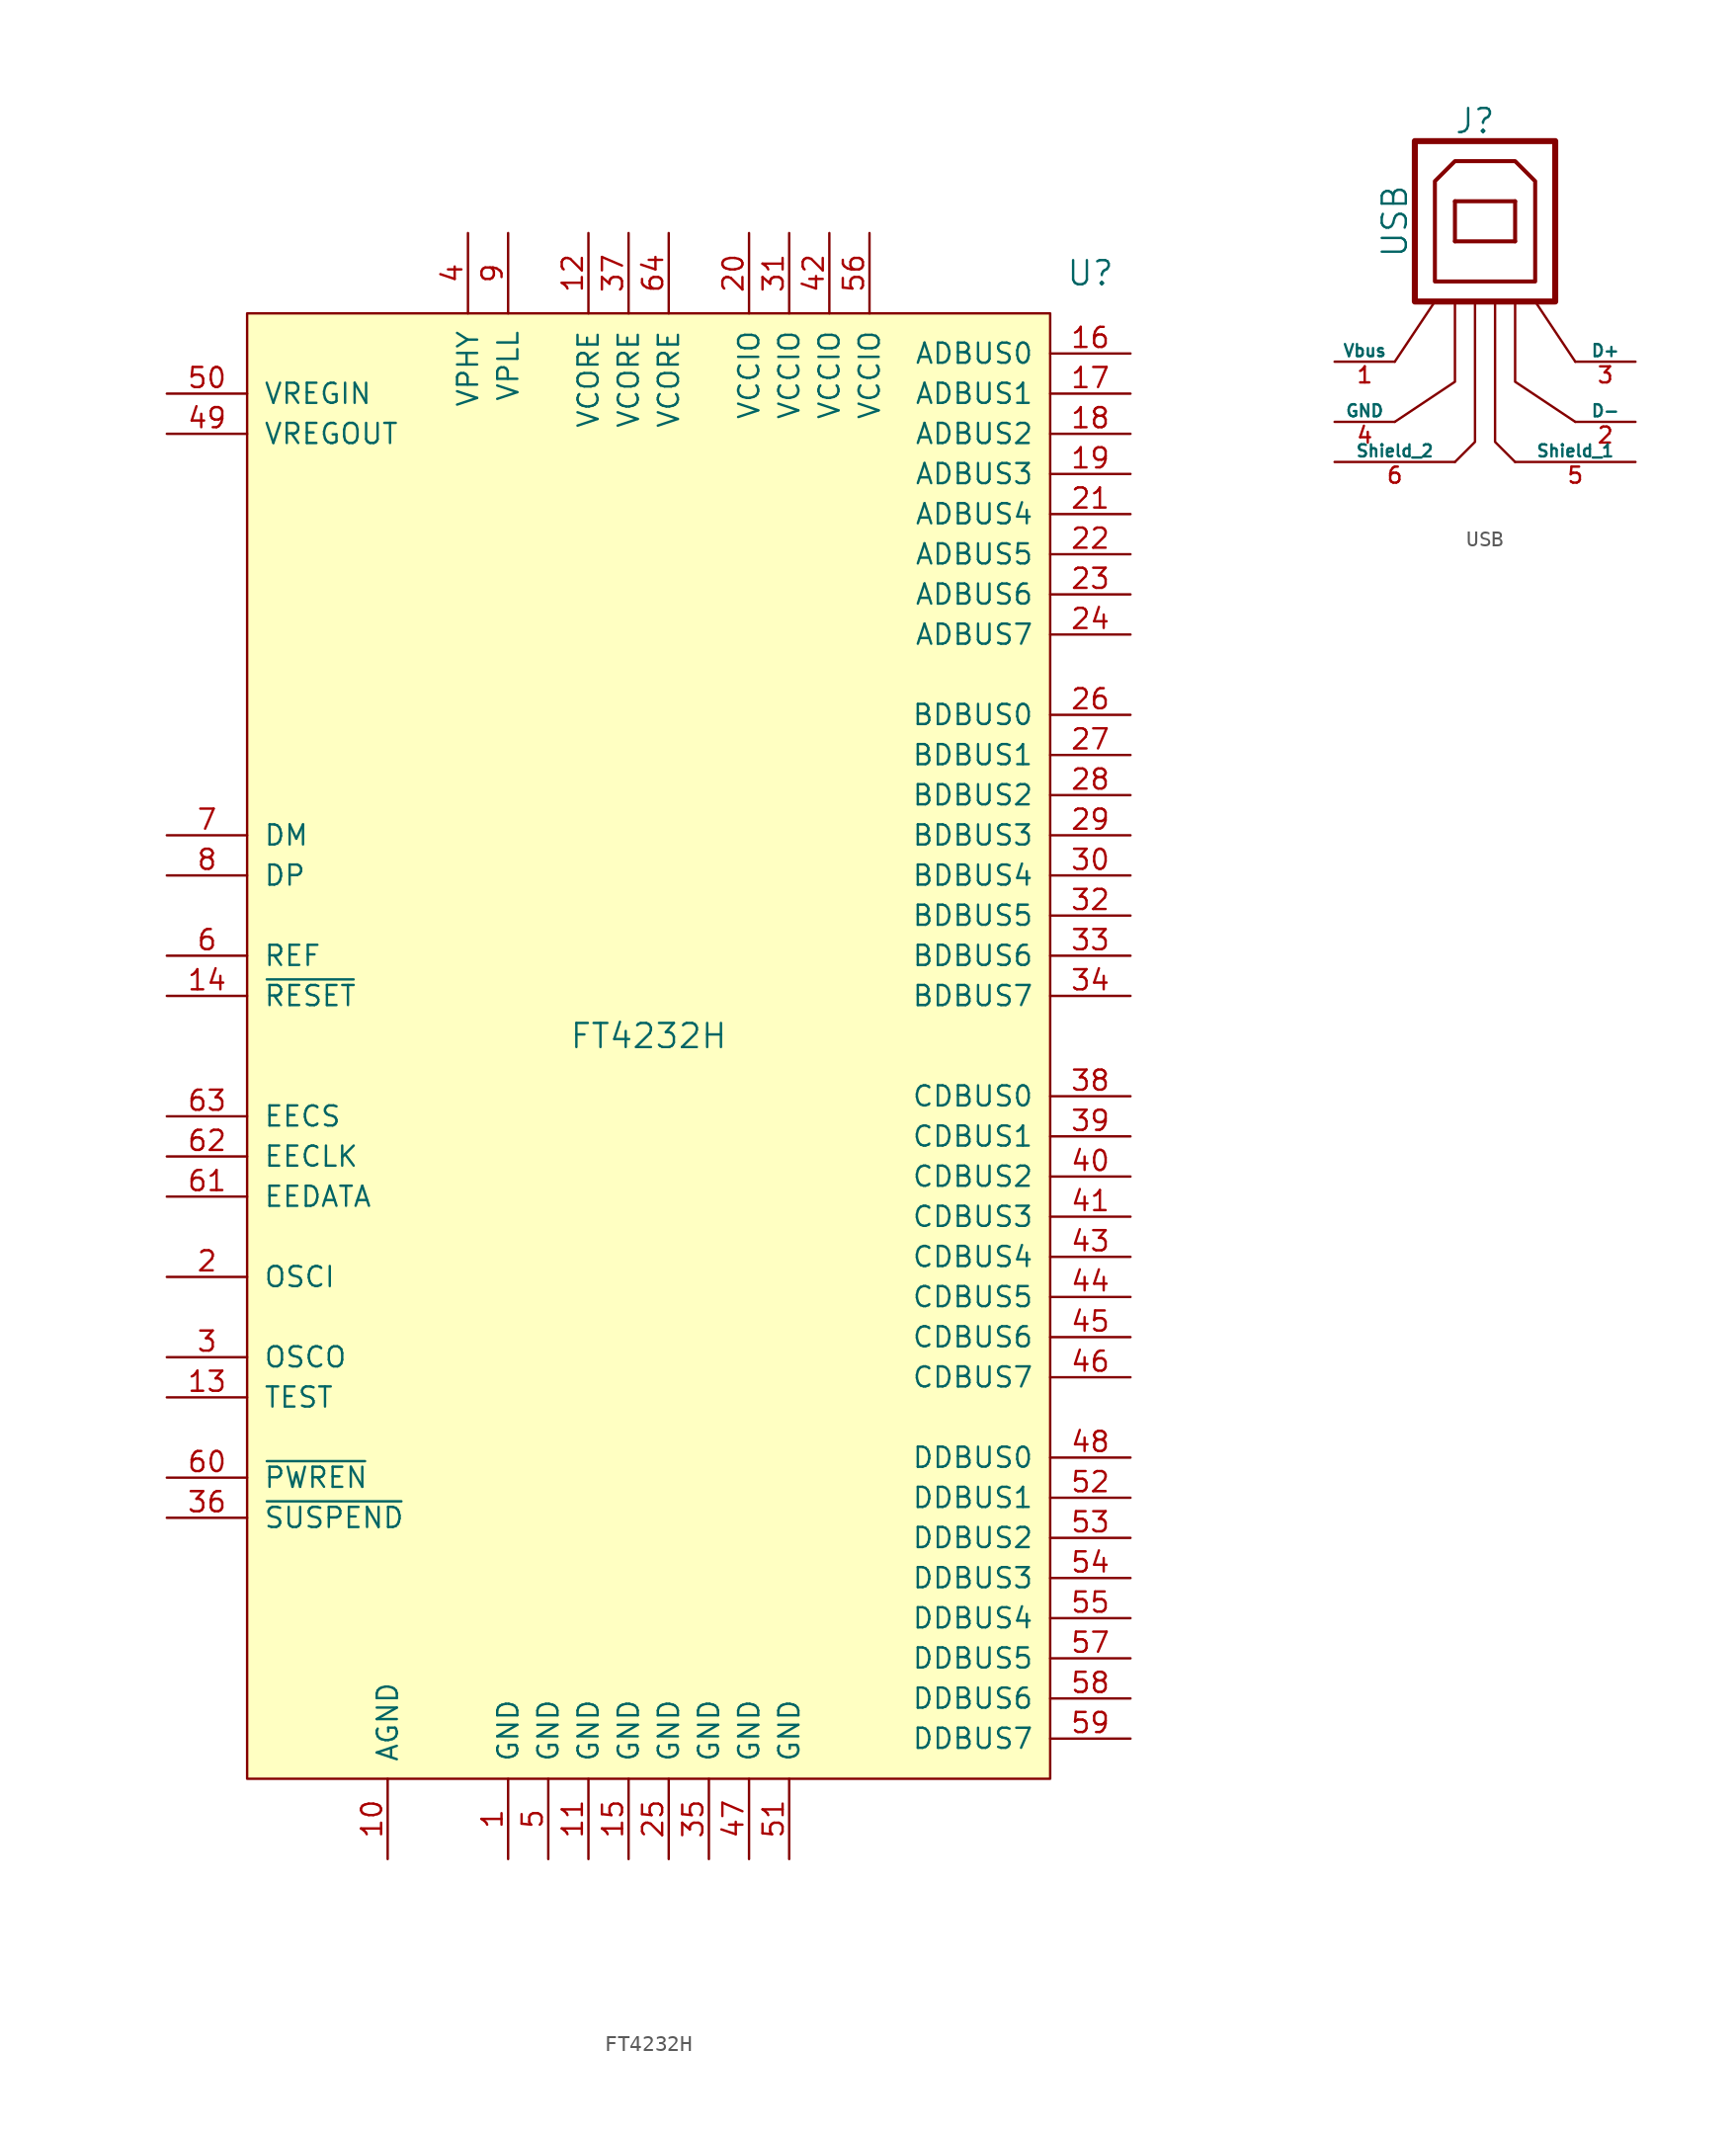
<source format=kicad_sym>
(kicad_symbol_lib
  (version 20211014)
  (generator kicad_symbol_editor)
  (symbol "FT4232H"
    (pin_names
      (offset 1.016))
    (property "Reference" "U"
      (at 27.94 48.26 0)
      (effects (font (size 1.524 1.524))))
    (property "Value" "FT4232H"
      (at 0 0 0)
      (effects (font (size 1.524 1.524))))
    (symbol "FT4232H_0_1"
      (rectangle (start -25.4 45.72) (end 25.4 -46.99) (stroke (width 0) (type default) (color 0 0 0 0)) (fill (type background))))
    (symbol "FT4232H_1_1"
      (pin input line (at -8.89 -52.07 90) (length 5.08) (name "GND" (effects (font (size 1.27 1.27)))) (number "1" (effects (font (size 1.27 1.27)))))
      (pin input line (at -16.51 -52.07 90) (length 5.08) (name "AGND" (effects (font (size 1.27 1.27)))) (number "10" (effects (font (size 1.27 1.27)))))
      (pin input line (at -3.81 -52.07 90) (length 5.08) (name "GND" (effects (font (size 1.27 1.27)))) (number "11" (effects (font (size 1.27 1.27)))))
      (pin input line (at -3.81 50.8 270) (length 5.08) (name "VCORE" (effects (font (size 1.27 1.27)))) (number "12" (effects (font (size 1.27 1.27)))))
      (pin input line (at -30.48 -22.86 0) (length 5.08) (name "TEST" (effects (font (size 1.27 1.27)))) (number "13" (effects (font (size 1.27 1.27)))))
      (pin input line (at -30.48 2.54 0) (length 5.08) (name "~{RESET}" (effects (font (size 1.27 1.27)))) (number "14" (effects (font (size 1.27 1.27)))))
      (pin input line (at -1.27 -52.07 90) (length 5.08) (name "GND" (effects (font (size 1.27 1.27)))) (number "15" (effects (font (size 1.27 1.27)))))
      (pin input line (at 30.48 43.18 180) (length 5.08) (name "ADBUS0" (effects (font (size 1.27 1.27)))) (number "16" (effects (font (size 1.27 1.27)))))
      (pin input line (at 30.48 40.64 180) (length 5.08) (name "ADBUS1" (effects (font (size 1.27 1.27)))) (number "17" (effects (font (size 1.27 1.27)))))
      (pin input line (at 30.48 38.1 180) (length 5.08) (name "ADBUS2" (effects (font (size 1.27 1.27)))) (number "18" (effects (font (size 1.27 1.27)))))
      (pin input line (at 30.48 35.56 180) (length 5.08) (name "ADBUS3" (effects (font (size 1.27 1.27)))) (number "19" (effects (font (size 1.27 1.27)))))
      (pin input line (at -30.48 -15.24 0) (length 5.08) (name "OSCI" (effects (font (size 1.27 1.27)))) (number "2" (effects (font (size 1.27 1.27)))))
      (pin input line (at 6.35 50.8 270) (length 5.08) (name "VCCIO" (effects (font (size 1.27 1.27)))) (number "20" (effects (font (size 1.27 1.27)))))
      (pin input line (at 30.48 33.02 180) (length 5.08) (name "ADBUS4" (effects (font (size 1.27 1.27)))) (number "21" (effects (font (size 1.27 1.27)))))
      (pin input line (at 30.48 30.48 180) (length 5.08) (name "ADBUS5" (effects (font (size 1.27 1.27)))) (number "22" (effects (font (size 1.27 1.27)))))
      (pin input line (at 30.48 27.94 180) (length 5.08) (name "ADBUS6" (effects (font (size 1.27 1.27)))) (number "23" (effects (font (size 1.27 1.27)))))
      (pin input line (at 30.48 25.4 180) (length 5.08) (name "ADBUS7" (effects (font (size 1.27 1.27)))) (number "24" (effects (font (size 1.27 1.27)))))
      (pin input line (at 1.27 -52.07 90) (length 5.08) (name "GND" (effects (font (size 1.27 1.27)))) (number "25" (effects (font (size 1.27 1.27)))))
      (pin input line (at 30.48 20.32 180) (length 5.08) (name "BDBUS0" (effects (font (size 1.27 1.27)))) (number "26" (effects (font (size 1.27 1.27)))))
      (pin input line (at 30.48 17.78 180) (length 5.08) (name "BDBUS1" (effects (font (size 1.27 1.27)))) (number "27" (effects (font (size 1.27 1.27)))))
      (pin input line (at 30.48 15.24 180) (length 5.08) (name "BDBUS2" (effects (font (size 1.27 1.27)))) (number "28" (effects (font (size 1.27 1.27)))))
      (pin input line (at 30.48 12.7 180) (length 5.08) (name "BDBUS3" (effects (font (size 1.27 1.27)))) (number "29" (effects (font (size 1.27 1.27)))))
      (pin input line (at -30.48 -20.32 0) (length 5.08) (name "OSCO" (effects (font (size 1.27 1.27)))) (number "3" (effects (font (size 1.27 1.27)))))
      (pin input line (at 30.48 10.16 180) (length 5.08) (name "BDBUS4" (effects (font (size 1.27 1.27)))) (number "30" (effects (font (size 1.27 1.27)))))
      (pin input line (at 8.89 50.8 270) (length 5.08) (name "VCCIO" (effects (font (size 1.27 1.27)))) (number "31" (effects (font (size 1.27 1.27)))))
      (pin input line (at 30.48 7.62 180) (length 5.08) (name "BDBUS5" (effects (font (size 1.27 1.27)))) (number "32" (effects (font (size 1.27 1.27)))))
      (pin input line (at 30.48 5.08 180) (length 5.08) (name "BDBUS6" (effects (font (size 1.27 1.27)))) (number "33" (effects (font (size 1.27 1.27)))))
      (pin input line (at 30.48 2.54 180) (length 5.08) (name "BDBUS7" (effects (font (size 1.27 1.27)))) (number "34" (effects (font (size 1.27 1.27)))))
      (pin input line (at 3.81 -52.07 90) (length 5.08) (name "GND" (effects (font (size 1.27 1.27)))) (number "35" (effects (font (size 1.27 1.27)))))
      (pin input line (at -30.48 -30.48 0) (length 5.08) (name "~{SUSPEND}" (effects (font (size 1.27 1.27)))) (number "36" (effects (font (size 1.27 1.27)))))
      (pin input line (at -1.27 50.8 270) (length 5.08) (name "VCORE" (effects (font (size 1.27 1.27)))) (number "37" (effects (font (size 1.27 1.27)))))
      (pin input line (at 30.48 -3.81 180) (length 5.08) (name "CDBUS0" (effects (font (size 1.27 1.27)))) (number "38" (effects (font (size 1.27 1.27)))))
      (pin input line (at 30.48 -6.35 180) (length 5.08) (name "CDBUS1" (effects (font (size 1.27 1.27)))) (number "39" (effects (font (size 1.27 1.27)))))
      (pin input line (at -11.43 50.8 270) (length 5.08) (name "VPHY" (effects (font (size 1.27 1.27)))) (number "4" (effects (font (size 1.27 1.27)))))
      (pin input line (at 30.48 -8.89 180) (length 5.08) (name "CDBUS2" (effects (font (size 1.27 1.27)))) (number "40" (effects (font (size 1.27 1.27)))))
      (pin input line (at 30.48 -11.43 180) (length 5.08) (name "CDBUS3" (effects (font (size 1.27 1.27)))) (number "41" (effects (font (size 1.27 1.27)))))
      (pin input line (at 11.43 50.8 270) (length 5.08) (name "VCCIO" (effects (font (size 1.27 1.27)))) (number "42" (effects (font (size 1.27 1.27)))))
      (pin input line (at 30.48 -13.97 180) (length 5.08) (name "CDBUS4" (effects (font (size 1.27 1.27)))) (number "43" (effects (font (size 1.27 1.27)))))
      (pin input line (at 30.48 -16.51 180) (length 5.08) (name "CDBUS5" (effects (font (size 1.27 1.27)))) (number "44" (effects (font (size 1.27 1.27)))))
      (pin input line (at 30.48 -19.05 180) (length 5.08) (name "CDBUS6" (effects (font (size 1.27 1.27)))) (number "45" (effects (font (size 1.27 1.27)))))
      (pin input line (at 30.48 -21.59 180) (length 5.08) (name "CDBUS7" (effects (font (size 1.27 1.27)))) (number "46" (effects (font (size 1.27 1.27)))))
      (pin input line (at 6.35 -52.07 90) (length 5.08) (name "GND" (effects (font (size 1.27 1.27)))) (number "47" (effects (font (size 1.27 1.27)))))
      (pin input line (at 30.48 -26.67 180) (length 5.08) (name "DDBUS0" (effects (font (size 1.27 1.27)))) (number "48" (effects (font (size 1.27 1.27)))))
      (pin input line (at -30.48 38.1 0) (length 5.08) (name "VREGOUT" (effects (font (size 1.27 1.27)))) (number "49" (effects (font (size 1.27 1.27)))))
      (pin input line (at -6.35 -52.07 90) (length 5.08) (name "GND" (effects (font (size 1.27 1.27)))) (number "5" (effects (font (size 1.27 1.27)))))
      (pin input line (at -30.48 40.64 0) (length 5.08) (name "VREGIN" (effects (font (size 1.27 1.27)))) (number "50" (effects (font (size 1.27 1.27)))))
      (pin input line (at 8.89 -52.07 90) (length 5.08) (name "GND" (effects (font (size 1.27 1.27)))) (number "51" (effects (font (size 1.27 1.27)))))
      (pin input line (at 30.48 -29.21 180) (length 5.08) (name "DDBUS1" (effects (font (size 1.27 1.27)))) (number "52" (effects (font (size 1.27 1.27)))))
      (pin input line (at 30.48 -31.75 180) (length 5.08) (name "DDBUS2" (effects (font (size 1.27 1.27)))) (number "53" (effects (font (size 1.27 1.27)))))
      (pin input line (at 30.48 -34.29 180) (length 5.08) (name "DDBUS3" (effects (font (size 1.27 1.27)))) (number "54" (effects (font (size 1.27 1.27)))))
      (pin input line (at 30.48 -36.83 180) (length 5.08) (name "DDBUS4" (effects (font (size 1.27 1.27)))) (number "55" (effects (font (size 1.27 1.27)))))
      (pin input line (at 13.97 50.8 270) (length 5.08) (name "VCCIO" (effects (font (size 1.27 1.27)))) (number "56" (effects (font (size 1.27 1.27)))))
      (pin input line (at 30.48 -39.37 180) (length 5.08) (name "DDBUS5" (effects (font (size 1.27 1.27)))) (number "57" (effects (font (size 1.27 1.27)))))
      (pin input line (at 30.48 -41.91 180) (length 5.08) (name "DDBUS6" (effects (font (size 1.27 1.27)))) (number "58" (effects (font (size 1.27 1.27)))))
      (pin input line (at 30.48 -44.45 180) (length 5.08) (name "DDBUS7" (effects (font (size 1.27 1.27)))) (number "59" (effects (font (size 1.27 1.27)))))
      (pin input line (at -30.48 5.08 0) (length 5.08) (name "REF" (effects (font (size 1.27 1.27)))) (number "6" (effects (font (size 1.27 1.27)))))
      (pin input line (at -30.48 -27.94 0) (length 5.08) (name "~{PWREN}" (effects (font (size 1.27 1.27)))) (number "60" (effects (font (size 1.27 1.27)))))
      (pin input line (at -30.48 -10.16 0) (length 5.08) (name "EEDATA" (effects (font (size 1.27 1.27)))) (number "61" (effects (font (size 1.27 1.27)))))
      (pin input line (at -30.48 -7.62 0) (length 5.08) (name "EECLK" (effects (font (size 1.27 1.27)))) (number "62" (effects (font (size 1.27 1.27)))))
      (pin input line (at -30.48 -5.08 0) (length 5.08) (name "EECS" (effects (font (size 1.27 1.27)))) (number "63" (effects (font (size 1.27 1.27)))))
      (pin input line (at 1.27 50.8 270) (length 5.08) (name "VCORE" (effects (font (size 1.27 1.27)))) (number "64" (effects (font (size 1.27 1.27)))))
      (pin input line (at -30.48 12.7 0) (length 5.08) (name "DM" (effects (font (size 1.27 1.27)))) (number "7" (effects (font (size 1.27 1.27)))))
      (pin input line (at -30.48 10.16 0) (length 5.08) (name "DP" (effects (font (size 1.27 1.27)))) (number "8" (effects (font (size 1.27 1.27)))))
      (pin input line (at -8.89 50.8 270) (length 5.08) (name "VPLL" (effects (font (size 1.27 1.27)))) (number "9" (effects (font (size 1.27 1.27)))))))
  (symbol "USB"
    (pin_names
      (offset 0))
    (property "Reference" "J"
      (at -1.27 10.16 0)
      (effects (font (size 1.524 1.524))))
    (property "Value" "USB"
      (at -6.35 3.81 90)
      (effects (font (size 1.524 1.524))))
    (property "Footprint" ""
      (at 0 0 0)
      (effects (font (size 1.524 1.524))))
    (property "Datasheet" ""
      (at 0 0 0)
      (effects (font (size 1.524 1.524))))
    (symbol "USB_0_1"
      (rectangle (start -2.54 5.08) (end -2.54 2.54) (stroke (width 0.254) (type default) (color 0 0 0 0)) (fill (type none)))
      (rectangle (start -2.54 5.08) (end -2.54 5.08) (stroke (width 0) (type default) (color 0 0 0 0)) (fill (type none)))
      (rectangle (start -2.54 5.08) (end 1.27 5.08) (stroke (width 0.254) (type default) (color 0 0 0 0)) (fill (type none)))
      (polyline (pts (xy -3.81 -1.27) (xy -6.35 -5.08) (xy -6.35 -5.08)) (stroke (width 0) (type default) (color 0 0 0 0)) (fill (type none)))
      (polyline (pts (xy 2.54 -1.27) (xy 5.08 -5.08) (xy 5.08 -5.08)) (stroke (width 0) (type default) (color 0 0 0 0)) (fill (type none)))
      (polyline (pts (xy -2.54 -11.43) (xy -1.27 -10.16) (xy -1.27 -1.27) (xy -1.27 -1.27)) (stroke (width 0) (type default) (color 0 0 0 0)) (fill (type none)))
      (polyline (pts (xy -2.54 -1.27) (xy -2.54 -6.35) (xy -6.35 -8.89) (xy -6.35 -8.89)) (stroke (width 0) (type default) (color 0 0 0 0)) (fill (type none)))
      (polyline (pts (xy 0 -1.27) (xy 0 -10.16) (xy 1.27 -11.43) (xy 1.27 -11.43)) (stroke (width 0) (type default) (color 0 0 0 0)) (fill (type none)))
      (polyline (pts (xy 1.27 -1.27) (xy 1.27 -6.35) (xy 5.08 -8.89) (xy 5.08 -8.89)) (stroke (width 0) (type default) (color 0 0 0 0)) (fill (type none)))
      (polyline (pts (xy -5.08 -1.27) (xy 3.81 -1.27) (xy 3.81 8.89) (xy -5.08 8.89) (xy -5.08 -1.27) (xy -5.08 -1.27)) (stroke (width 0.381) (type default) (color 0 0 0 0)) (fill (type none)))
      (polyline (pts (xy -3.81 0) (xy 2.54 0) (xy 2.54 6.35) (xy 1.27 7.62) (xy -2.54 7.62) (xy -3.81 6.35) (xy -3.81 0) (xy -3.81 0) (xy -3.81 0)) (stroke (width 0.254) (type default) (color 0 0 0 0)) (fill (type none)))
      (rectangle (start 1.27 2.54) (end -2.54 2.54) (stroke (width 0.254) (type default) (color 0 0 0 0)) (fill (type none)))
      (rectangle (start 1.27 2.54) (end 1.27 5.08) (stroke (width 0.254) (type default) (color 0 0 0 0)) (fill (type none))))
    (symbol "USB_1_1"
      (pin power_out line (at -10.16 -5.08 0) (length 3.81) (name "Vbus" (effects (font (size 0.762 0.762)))) (number "1" (effects (font (size 1.016 1.016)))))
      (pin bidirectional line (at 8.89 -8.89 180) (length 3.81) (name "D-" (effects (font (size 0.762 0.762)))) (number "2" (effects (font (size 1.016 1.016)))))
      (pin bidirectional line (at 8.89 -5.08 180) (length 3.81) (name "D+" (effects (font (size 0.762 0.762)))) (number "3" (effects (font (size 1.016 1.016)))))
      (pin power_in line (at -10.16 -8.89 0) (length 3.81) (name "GND" (effects (font (size 0.762 0.762)))) (number "4" (effects (font (size 1.016 1.016)))))
      (pin passive line (at 8.89 -11.43 180) (length 7.62) (name "Shield_1" (effects (font (size 0.762 0.762)))) (number "5" (effects (font (size 1.016 1.016)))))
      (pin passive line (at -10.16 -11.43 0) (length 7.62) (name "Shield_2" (effects (font (size 0.762 0.762)))) (number "6" (effects (font (size 1.016 1.016))))))))
</source>
